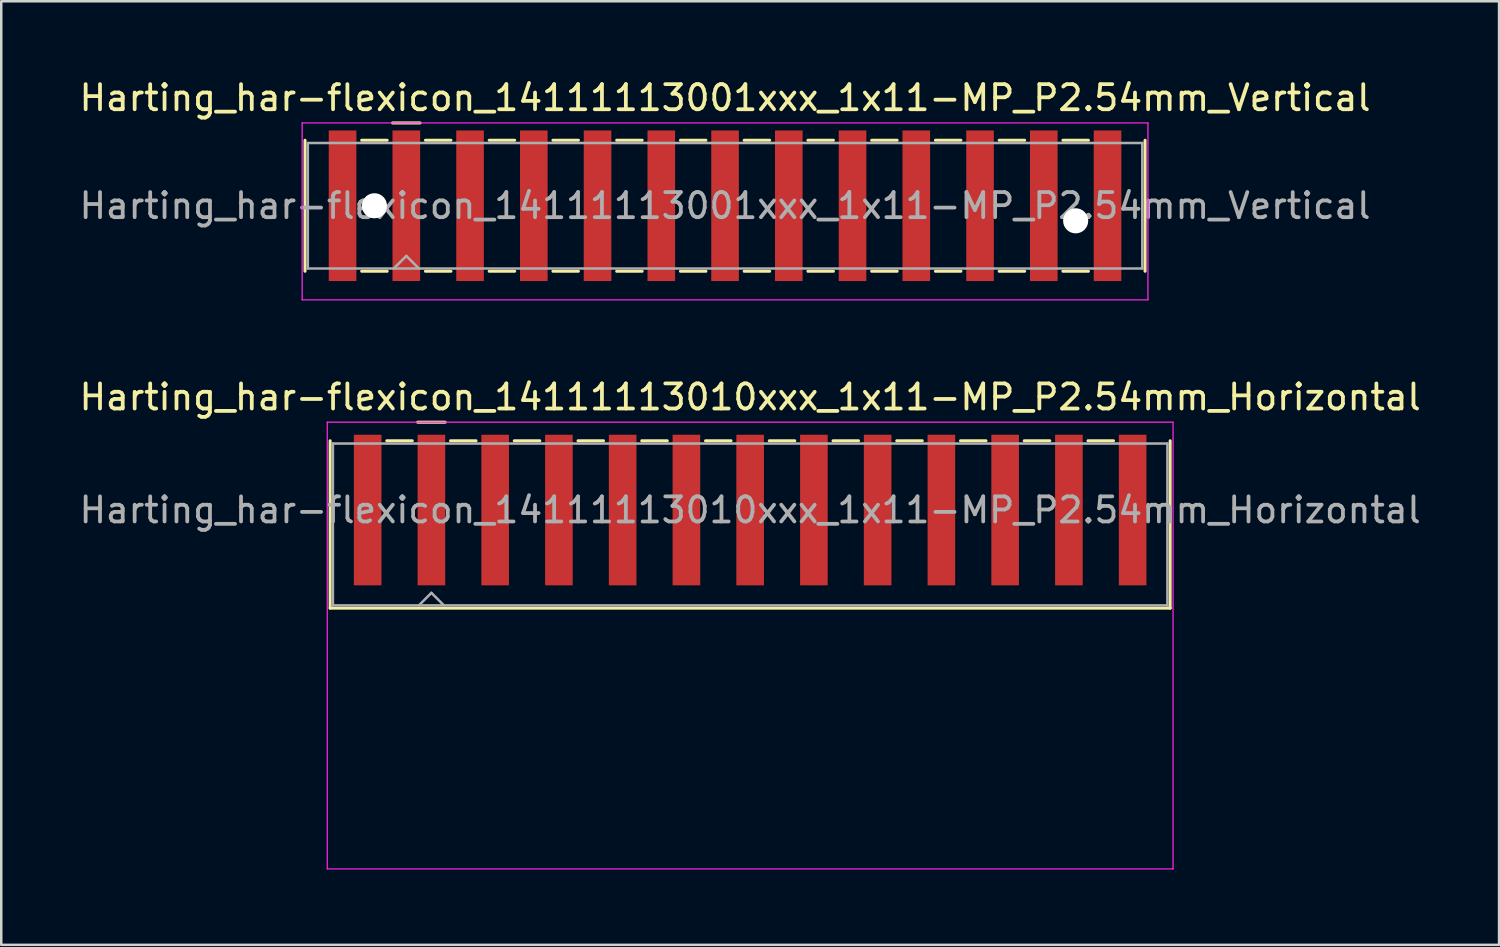
<source format=kicad_pcb>
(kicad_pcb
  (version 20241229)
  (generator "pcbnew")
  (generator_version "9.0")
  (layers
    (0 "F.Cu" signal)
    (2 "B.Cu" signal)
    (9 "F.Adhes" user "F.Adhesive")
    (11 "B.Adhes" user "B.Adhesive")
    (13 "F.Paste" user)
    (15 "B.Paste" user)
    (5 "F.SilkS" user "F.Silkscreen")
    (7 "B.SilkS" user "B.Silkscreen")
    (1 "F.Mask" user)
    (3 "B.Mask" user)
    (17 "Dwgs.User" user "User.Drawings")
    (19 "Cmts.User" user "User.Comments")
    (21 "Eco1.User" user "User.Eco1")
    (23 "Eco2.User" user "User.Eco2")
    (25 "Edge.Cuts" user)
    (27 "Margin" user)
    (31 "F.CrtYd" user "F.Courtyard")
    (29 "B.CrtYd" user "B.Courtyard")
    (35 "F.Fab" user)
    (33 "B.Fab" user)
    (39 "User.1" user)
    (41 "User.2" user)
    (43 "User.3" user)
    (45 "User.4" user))
  (footprint "Harting_har-flexicon_14111113010xxx_1x11-MP_P2.54mm_Horizontal"
    (layer "F.Cu")
    (at 26.839 18.572)
    (property "Reference" "Harting_har-flexicon_14111113010xxx_1x11-MP_P2.54mm_Horizontal" (at 0 -5.8 0) (layer "F.SilkS") (effects (font (size 1 1) (thickness 0.15))))
    (attr smd)
    (fp_line (start -16.735 -4.06) (end -16.735 2.61) (stroke (width 0.12) (type solid)) (layer "F.SilkS"))
    (fp_line (start -14.478 -4.06) (end -13.462 -4.06) (stroke (width 0.12) (type solid)) (layer "F.SilkS"))
    (fp_line (start -13.25 -4.8) (end -12.15 -4.8) (stroke (width 0.12) (type solid)) (layer "F.SilkS"))
    (fp_line (start -11.938 -4.06) (end -10.922 -4.06) (stroke (width 0.12) (type solid)) (layer "F.SilkS"))
    (fp_line (start -9.398 -4.06) (end -8.382 -4.06) (stroke (width 0.12) (type solid)) (layer "F.SilkS"))
    (fp_line (start -6.858 -4.06) (end -5.842 -4.06) (stroke (width 0.12) (type solid)) (layer "F.SilkS"))
    (fp_line (start -4.318 -4.06) (end -3.302 -4.06) (stroke (width 0.12) (type solid)) (layer "F.SilkS"))
    (fp_line (start -1.778 -4.06) (end -0.762 -4.06) (stroke (width 0.12) (type solid)) (layer "F.SilkS"))
    (fp_line (start 0.762 -4.06) (end 1.778 -4.06) (stroke (width 0.12) (type solid)) (layer "F.SilkS"))
    (fp_line (start 3.302 -4.06) (end 4.318 -4.06) (stroke (width 0.12) (type solid)) (layer "F.SilkS"))
    (fp_line (start 5.842 -4.06) (end 6.858 -4.06) (stroke (width 0.12) (type solid)) (layer "F.SilkS"))
    (fp_line (start 8.382 -4.06) (end 9.398 -4.06) (stroke (width 0.12) (type solid)) (layer "F.SilkS"))
    (fp_line (start 10.922 -4.06) (end 11.938 -4.06) (stroke (width 0.12) (type solid)) (layer "F.SilkS"))
    (fp_line (start 13.462 -4.06) (end 14.478 -4.06) (stroke (width 0.12) (type solid)) (layer "F.SilkS"))
    (fp_line (start 16.735 -4.06) (end 16.735 2.61) (stroke (width 0.12) (type solid)) (layer "F.SilkS"))
    (fp_line (start 16.735 2.61) (end -16.735 2.61) (stroke (width 0.12) (type solid)) (layer "F.SilkS"))
    (fp_line (start -16.85 -4.8) (end -16.85 13) (stroke (width 0.05) (type solid)) (layer "F.CrtYd"))
    (fp_line (start -16.85 13) (end 16.85 13) (stroke (width 0.05) (type solid)) (layer "F.CrtYd"))
    (fp_line (start 16.85 -4.8) (end -16.85 -4.8) (stroke (width 0.05) (type solid)) (layer "F.CrtYd"))
    (fp_line (start 16.85 13) (end 16.85 -4.8) (stroke (width 0.05) (type solid)) (layer "F.CrtYd"))
    (fp_line (start -16.625 -3.95) (end -16.625 2.5) (stroke (width 0.1) (type solid)) (layer "F.Fab"))
    (fp_line (start -16.625 2.5) (end 16.625 2.5) (stroke (width 0.1) (type solid)) (layer "F.Fab"))
    (fp_line (start -13.2 2.5) (end -12.7 2) (stroke (width 0.1) (type solid)) (layer "F.Fab"))
    (fp_line (start -12.7 2) (end -12.2 2.5) (stroke (width 0.1) (type solid)) (layer "F.Fab"))
    (fp_line (start 16.625 -3.95) (end -16.625 -3.95) (stroke (width 0.1) (type solid)) (layer "F.Fab"))
    (fp_line (start 16.625 2.5) (end 16.625 -3.95) (stroke (width 0.1) (type solid)) (layer "F.Fab"))
    (fp_text user "${REFERENCE}" (at 0 -1.3 0) (layer "F.Fab") (effects (font (size 1 1) (thickness 0.15))))
    (pad "1" smd rect (at -12.7 -1.3) (size 1.1 6) (layers "F.Cu" "F.Mask" "F.Paste"))
    (pad "2" smd rect (at -10.16 -1.3) (size 1.1 6) (layers "F.Cu" "F.Mask" "F.Paste"))
    (pad "3" smd rect (at -7.62 -1.3) (size 1.1 6) (layers "F.Cu" "F.Mask" "F.Paste"))
    (pad "4" smd rect (at -5.08 -1.3) (size 1.1 6) (layers "F.Cu" "F.Mask" "F.Paste"))
    (pad "5" smd rect (at -2.54 -1.3) (size 1.1 6) (layers "F.Cu" "F.Mask" "F.Paste"))
    (pad "6" smd rect (at 0 -1.3) (size 1.1 6) (layers "F.Cu" "F.Mask" "F.Paste"))
    (pad "7" smd rect (at 2.54 -1.3) (size 1.1 6) (layers "F.Cu" "F.Mask" "F.Paste"))
    (pad "8" smd rect (at 5.08 -1.3) (size 1.1 6) (layers "F.Cu" "F.Mask" "F.Paste"))
    (pad "9" smd rect (at 7.62 -1.3) (size 1.1 6) (layers "F.Cu" "F.Mask" "F.Paste"))
    (pad "10" smd rect (at 10.16 -1.3) (size 1.1 6) (layers "F.Cu" "F.Mask" "F.Paste"))
    (pad "11" smd rect (at 12.7 -1.3) (size 1.1 6) (layers "F.Cu" "F.Mask" "F.Paste"))
    (pad "MP" smd rect (at -15.24 -1.3) (size 1.1 6) (layers "F.Cu" "F.Mask" "F.Paste"))
    (pad "MP" smd rect (at 15.24 -1.3) (size 1.1 6) (layers "F.Cu" "F.Mask" "F.Paste")))
  (footprint "Harting_har-flexicon_14111113001xxx_1x11-MP_P2.54mm_Vertical"
    (layer "F.Cu")
    (at 25.839 5.148)
    (property "Reference" "Harting_har-flexicon_14111113001xxx_1x11-MP_P2.54mm_Vertical" (at 0 -4.3 0) (layer "F.SilkS") (effects (font (size 1 1) (thickness 0.15))))
    (attr smd)
    (fp_line (start -16.735 -2.61) (end -16.735 2.61) (stroke (width 0.12) (type solid)) (layer "F.SilkS"))
    (fp_line (start -14.478 -2.61) (end -13.462 -2.61) (stroke (width 0.12) (type solid)) (layer "F.SilkS"))
    (fp_line (start -14.478 2.61) (end -13.462 2.61) (stroke (width 0.12) (type solid)) (layer "F.SilkS"))
    (fp_line (start -13.25 -3.3) (end -12.15 -3.3) (stroke (width 0.12) (type solid)) (layer "F.SilkS"))
    (fp_line (start -11.938 -2.61) (end -10.922 -2.61) (stroke (width 0.12) (type solid)) (layer "F.SilkS"))
    (fp_line (start -11.938 2.61) (end -10.922 2.61) (stroke (width 0.12) (type solid)) (layer "F.SilkS"))
    (fp_line (start -9.398 -2.61) (end -8.382 -2.61) (stroke (width 0.12) (type solid)) (layer "F.SilkS"))
    (fp_line (start -9.398 2.61) (end -8.382 2.61) (stroke (width 0.12) (type solid)) (layer "F.SilkS"))
    (fp_line (start -6.858 -2.61) (end -5.842 -2.61) (stroke (width 0.12) (type solid)) (layer "F.SilkS"))
    (fp_line (start -6.858 2.61) (end -5.842 2.61) (stroke (width 0.12) (type solid)) (layer "F.SilkS"))
    (fp_line (start -4.318 -2.61) (end -3.302 -2.61) (stroke (width 0.12) (type solid)) (layer "F.SilkS"))
    (fp_line (start -4.318 2.61) (end -3.302 2.61) (stroke (width 0.12) (type solid)) (layer "F.SilkS"))
    (fp_line (start -1.778 -2.61) (end -0.762 -2.61) (stroke (width 0.12) (type solid)) (layer "F.SilkS"))
    (fp_line (start -1.778 2.61) (end -0.762 2.61) (stroke (width 0.12) (type solid)) (layer "F.SilkS"))
    (fp_line (start 0.762 -2.61) (end 1.778 -2.61) (stroke (width 0.12) (type solid)) (layer "F.SilkS"))
    (fp_line (start 0.762 2.61) (end 1.778 2.61) (stroke (width 0.12) (type solid)) (layer "F.SilkS"))
    (fp_line (start 3.302 -2.61) (end 4.318 -2.61) (stroke (width 0.12) (type solid)) (layer "F.SilkS"))
    (fp_line (start 3.302 2.61) (end 4.318 2.61) (stroke (width 0.12) (type solid)) (layer "F.SilkS"))
    (fp_line (start 5.842 -2.61) (end 6.858 -2.61) (stroke (width 0.12) (type solid)) (layer "F.SilkS"))
    (fp_line (start 5.842 2.61) (end 6.858 2.61) (stroke (width 0.12) (type solid)) (layer "F.SilkS"))
    (fp_line (start 8.382 -2.61) (end 9.398 -2.61) (stroke (width 0.12) (type solid)) (layer "F.SilkS"))
    (fp_line (start 8.382 2.61) (end 9.398 2.61) (stroke (width 0.12) (type solid)) (layer "F.SilkS"))
    (fp_line (start 10.922 -2.61) (end 11.938 -2.61) (stroke (width 0.12) (type solid)) (layer "F.SilkS"))
    (fp_line (start 10.922 2.61) (end 11.938 2.61) (stroke (width 0.12) (type solid)) (layer "F.SilkS"))
    (fp_line (start 13.462 -2.61) (end 14.478 -2.61) (stroke (width 0.12) (type solid)) (layer "F.SilkS"))
    (fp_line (start 13.462 2.61) (end 14.478 2.61) (stroke (width 0.12) (type solid)) (layer "F.SilkS"))
    (fp_line (start 16.735 -2.61) (end 16.735 2.61) (stroke (width 0.12) (type solid)) (layer "F.SilkS"))
    (fp_line (start -16.85 -3.3) (end -16.85 3.75) (stroke (width 0.05) (type solid)) (layer "F.CrtYd"))
    (fp_line (start -16.85 3.75) (end 16.85 3.75) (stroke (width 0.05) (type solid)) (layer "F.CrtYd"))
    (fp_line (start 16.85 -3.3) (end -16.85 -3.3) (stroke (width 0.05) (type solid)) (layer "F.CrtYd"))
    (fp_line (start 16.85 3.75) (end 16.85 -3.3) (stroke (width 0.05) (type solid)) (layer "F.CrtYd"))
    (fp_line (start -16.625 -2.5) (end -16.625 2.5) (stroke (width 0.1) (type solid)) (layer "F.Fab"))
    (fp_line (start -16.625 2.5) (end 16.625 2.5) (stroke (width 0.1) (type solid)) (layer "F.Fab"))
    (fp_line (start -13.2 2.5) (end -12.7 2) (stroke (width 0.1) (type solid)) (layer "F.Fab"))
    (fp_line (start -12.7 2) (end -12.2 2.5) (stroke (width 0.1) (type solid)) (layer "F.Fab"))
    (fp_line (start 16.625 -2.5) (end -16.625 -2.5) (stroke (width 0.1) (type solid)) (layer "F.Fab"))
    (fp_line (start 16.625 2.5) (end 16.625 -2.5) (stroke (width 0.1) (type solid)) (layer "F.Fab"))
    (fp_text user "${REFERENCE}" (at 0 0 0) (layer "F.Fab") (effects (font (size 1 1) (thickness 0.15))))
    (pad "" np_thru_hole circle (at -13.97 0) (size 1 1) (drill 1) (layers "*.Cu" "*.Mask"))
    (pad "" np_thru_hole circle (at 13.97 0.6) (size 1 1) (drill 1) (layers "*.Cu" "*.Mask"))
    (pad "1" smd rect (at -12.7 0) (size 1.1 6) (layers "F.Cu" "F.Mask" "F.Paste"))
    (pad "2" smd rect (at -10.16 0) (size 1.1 6) (layers "F.Cu" "F.Mask" "F.Paste"))
    (pad "3" smd rect (at -7.62 0) (size 1.1 6) (layers "F.Cu" "F.Mask" "F.Paste"))
    (pad "4" smd rect (at -5.08 0) (size 1.1 6) (layers "F.Cu" "F.Mask" "F.Paste"))
    (pad "5" smd rect (at -2.54 0) (size 1.1 6) (layers "F.Cu" "F.Mask" "F.Paste"))
    (pad "6" smd rect (at 0 0) (size 1.1 6) (layers "F.Cu" "F.Mask" "F.Paste"))
    (pad "7" smd rect (at 2.54 0) (size 1.1 6) (layers "F.Cu" "F.Mask" "F.Paste"))
    (pad "8" smd rect (at 5.08 0) (size 1.1 6) (layers "F.Cu" "F.Mask" "F.Paste"))
    (pad "9" smd rect (at 7.62 0) (size 1.1 6) (layers "F.Cu" "F.Mask" "F.Paste"))
    (pad "10" smd rect (at 10.16 0) (size 1.1 6) (layers "F.Cu" "F.Mask" "F.Paste"))
    (pad "11" smd rect (at 12.7 0) (size 1.1 6) (layers "F.Cu" "F.Mask" "F.Paste"))
    (pad "MP" smd rect (at -15.24 0) (size 1.1 6) (layers "F.Cu" "F.Mask" "F.Paste"))
    (pad "MP" smd rect (at 15.24 0) (size 1.1 6) (layers "F.Cu" "F.Mask" "F.Paste")))
  (gr_rect
    (start -3 -3)
    (end 56.679 34.596)
    (stroke (width 0.1) (type default))
    (fill no)
    (layer "Edge.Cuts")))
</source>
